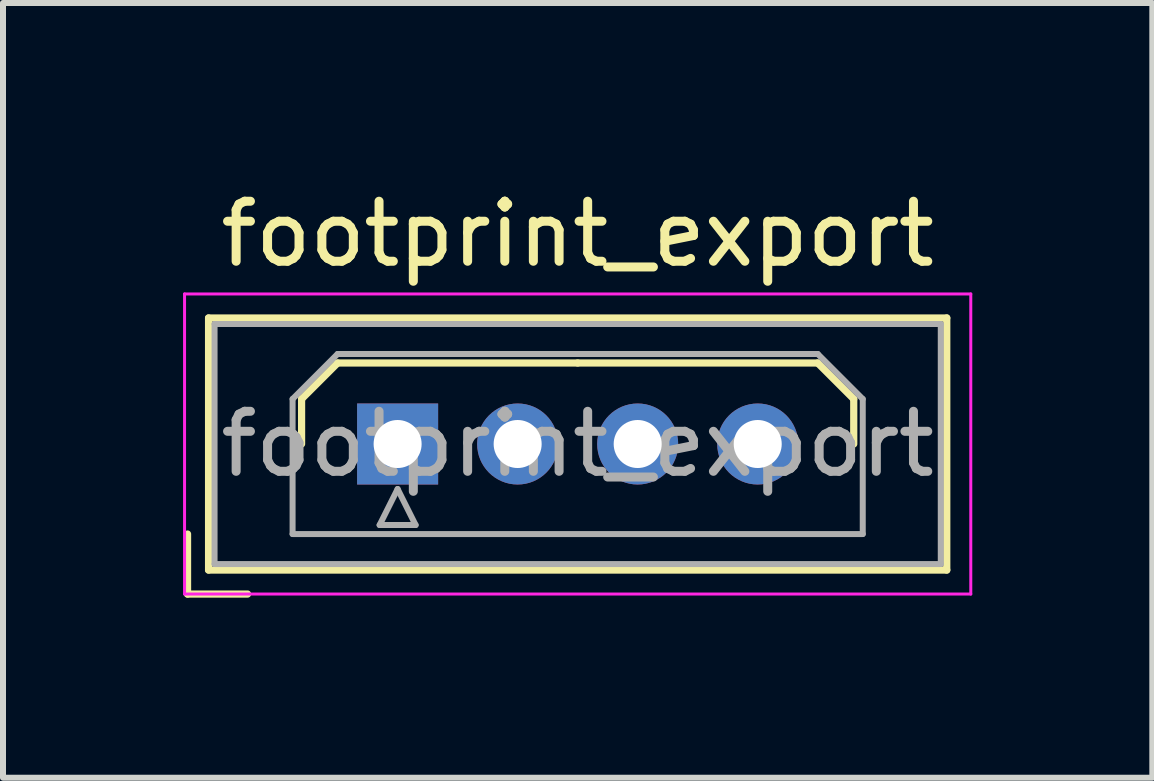
<source format=kicad_pcb>
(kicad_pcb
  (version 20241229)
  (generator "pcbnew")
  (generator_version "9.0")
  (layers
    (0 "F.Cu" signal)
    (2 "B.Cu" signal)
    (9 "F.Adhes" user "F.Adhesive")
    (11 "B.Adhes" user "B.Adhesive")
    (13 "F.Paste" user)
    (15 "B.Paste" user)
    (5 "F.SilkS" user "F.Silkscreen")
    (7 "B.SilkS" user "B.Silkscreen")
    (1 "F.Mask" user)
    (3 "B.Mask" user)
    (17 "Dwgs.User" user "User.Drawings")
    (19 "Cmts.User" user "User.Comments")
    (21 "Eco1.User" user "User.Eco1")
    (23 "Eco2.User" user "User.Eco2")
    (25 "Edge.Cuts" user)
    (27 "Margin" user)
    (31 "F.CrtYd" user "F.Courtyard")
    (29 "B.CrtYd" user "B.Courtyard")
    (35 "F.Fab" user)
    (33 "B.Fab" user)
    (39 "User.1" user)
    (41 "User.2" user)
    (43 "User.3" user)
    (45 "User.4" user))
  (footprint "footprint_export"
    (layer "F.Cu")
    (at 3.575 4.348)
    (property "Reference" "footprint_export" (at 3 -3.5 0) (layer "F.SilkS") (effects (font (size 1 1) (thickness 0.15))))
    (attr through_hole)
    (fp_line (start -3.5 1.5) (end -3.5 2.5) (stroke (width 0.12) (type solid)) (layer "F.SilkS"))
    (fp_line (start -3.5 2.5) (end -2.5 2.5) (stroke (width 0.12) (type solid)) (layer "F.SilkS"))
    (fp_line (start -3.15 -2.1) (end -3.15 2.1) (stroke (width 0.12) (type solid)) (layer "F.SilkS"))
    (fp_line (start -3.15 2.1) (end 9.15 2.1) (stroke (width 0.12) (type solid)) (layer "F.SilkS"))
    (fp_line (start -1.6 -0.75) (end -1 -1.35) (stroke (width 0.12) (type solid)) (layer "F.SilkS"))
    (fp_line (start -1.6 0) (end -1.6 -0.75) (stroke (width 0.12) (type solid)) (layer "F.SilkS"))
    (fp_line (start -1 -1.35) (end 3 -1.35) (stroke (width 0.12) (type solid)) (layer "F.SilkS"))
    (fp_line (start 7 -1.35) (end 3 -1.35) (stroke (width 0.12) (type solid)) (layer "F.SilkS"))
    (fp_line (start 7.6 -0.75) (end 7 -1.35) (stroke (width 0.12) (type solid)) (layer "F.SilkS"))
    (fp_line (start 7.6 0) (end 7.6 -0.75) (stroke (width 0.12) (type solid)) (layer "F.SilkS"))
    (fp_line (start 9.15 -2.1) (end -3.15 -2.1) (stroke (width 0.12) (type solid)) (layer "F.SilkS"))
    (fp_line (start 9.15 2.1) (end 9.15 -2.1) (stroke (width 0.12) (type solid)) (layer "F.SilkS"))
    (fp_line (start -3.55 -2.5) (end -3.55 2.5) (stroke (width 0.05) (type solid)) (layer "F.CrtYd"))
    (fp_line (start -3.55 2.5) (end 9.55 2.5) (stroke (width 0.05) (type solid)) (layer "F.CrtYd"))
    (fp_line (start 9.55 -2.5) (end -3.55 -2.5) (stroke (width 0.05) (type solid)) (layer "F.CrtYd"))
    (fp_line (start 9.55 2.5) (end 9.55 -2.5) (stroke (width 0.05) (type solid)) (layer "F.CrtYd"))
    (fp_line (start -3.05 -2) (end -3.05 2) (stroke (width 0.1) (type solid)) (layer "F.Fab"))
    (fp_line (start -3.05 2) (end 9.05 2) (stroke (width 0.1) (type solid)) (layer "F.Fab"))
    (fp_line (start -1.75 -0.75) (end -1 -1.5) (stroke (width 0.1) (type solid)) (layer "F.Fab"))
    (fp_line (start -1.75 1.5) (end -1.75 -0.75) (stroke (width 0.1) (type solid)) (layer "F.Fab"))
    (fp_line (start -1 -1.5) (end 7 -1.5) (stroke (width 0.1) (type solid)) (layer "F.Fab"))
    (fp_line (start -0.3 1.35) (end 0.3 1.35) (stroke (width 0.1) (type solid)) (layer "F.Fab"))
    (fp_line (start 0 0.75) (end -0.3 1.35) (stroke (width 0.1) (type solid)) (layer "F.Fab"))
    (fp_line (start 0.3 1.35) (end 0 0.75) (stroke (width 0.1) (type solid)) (layer "F.Fab"))
    (fp_line (start 7 -1.5) (end 7.75 -0.75) (stroke (width 0.1) (type solid)) (layer "F.Fab"))
    (fp_line (start 7.75 -0.75) (end 7.75 1.5) (stroke (width 0.1) (type solid)) (layer "F.Fab"))
    (fp_line (start 7.75 1.5) (end -1.75 1.5) (stroke (width 0.1) (type solid)) (layer "F.Fab"))
    (fp_line (start 9.05 -2) (end -3.05 -2) (stroke (width 0.1) (type solid)) (layer "F.Fab"))
    (fp_line (start 9.05 2) (end 9.05 -2) (stroke (width 0.1) (type solid)) (layer "F.Fab"))
    (fp_text user "${REFERENCE}" (at 3 0 0) (layer "F.Fab") (effects (font (size 1 1) (thickness 0.15))))
    (pad "1" thru_hole rect (at 0 0) (size 1.35 1.35) (drill 0.8) (layers "*.Cu" "*.Mask"))
    (pad "2" thru_hole circle (at 2 0) (size 1.35 1.35) (drill 0.8) (layers "*.Cu" "*.Mask"))
    (pad "3" thru_hole circle (at 4 0) (size 1.35 1.35) (drill 0.8) (layers "*.Cu" "*.Mask"))
    (pad "4" thru_hole circle (at 6 0) (size 1.35 1.35) (drill 0.8) (layers "*.Cu" "*.Mask")))
  (gr_rect
    (start -3 -3)
    (end 16.15 9.908)
    (stroke (width 0.1) (type default))
    (fill no)
    (layer "Edge.Cuts")))
</source>
